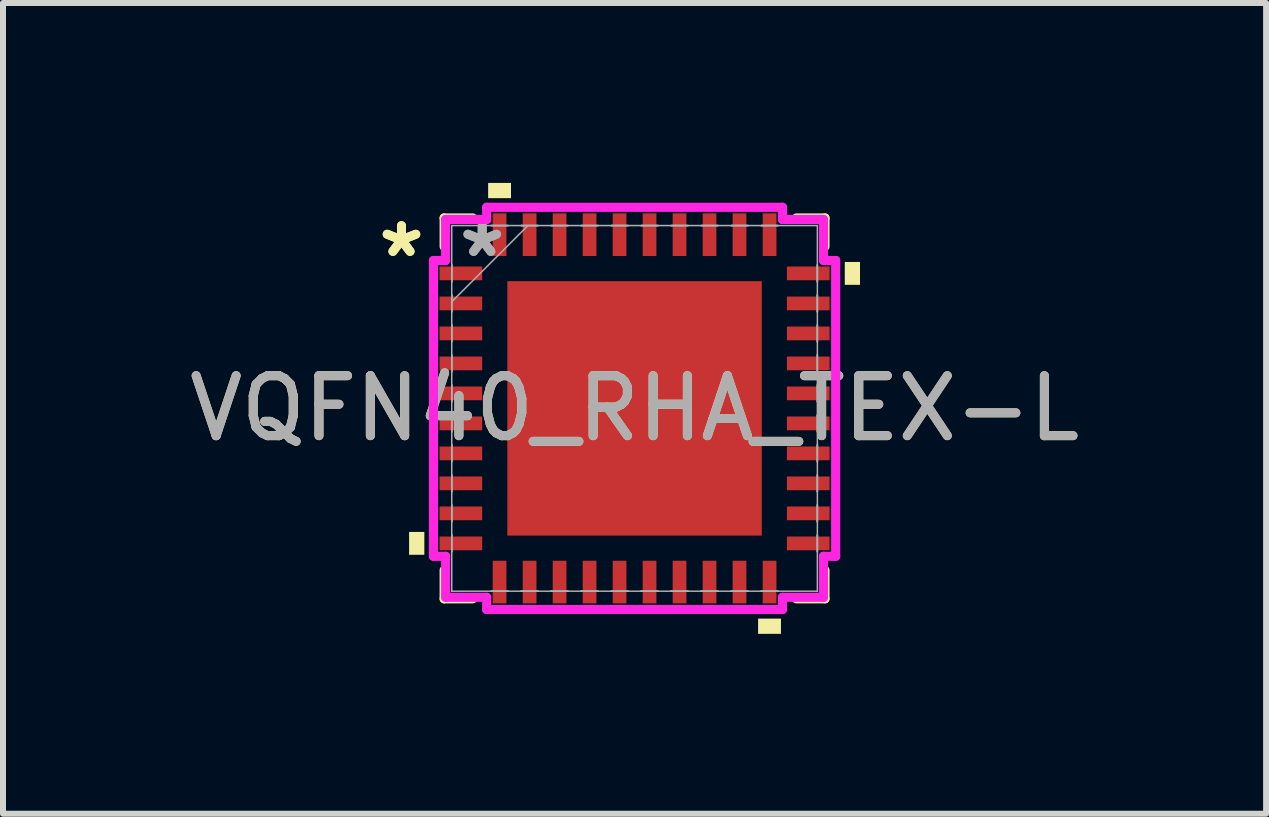
<source format=kicad_pcb>
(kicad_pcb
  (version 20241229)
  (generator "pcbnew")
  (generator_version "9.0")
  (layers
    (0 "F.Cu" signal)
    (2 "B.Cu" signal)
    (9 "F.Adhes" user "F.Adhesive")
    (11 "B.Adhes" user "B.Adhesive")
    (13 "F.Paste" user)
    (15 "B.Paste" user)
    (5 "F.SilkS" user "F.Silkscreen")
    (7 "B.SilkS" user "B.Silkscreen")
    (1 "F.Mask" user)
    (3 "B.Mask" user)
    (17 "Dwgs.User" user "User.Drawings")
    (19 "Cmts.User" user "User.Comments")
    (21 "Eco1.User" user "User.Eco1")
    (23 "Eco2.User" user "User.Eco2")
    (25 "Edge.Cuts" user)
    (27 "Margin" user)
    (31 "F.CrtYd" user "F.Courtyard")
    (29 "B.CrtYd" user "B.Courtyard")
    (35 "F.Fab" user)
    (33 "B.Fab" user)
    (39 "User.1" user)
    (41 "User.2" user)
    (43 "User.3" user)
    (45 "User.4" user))
  (footprint "VQFN40_RHA_TEX-L"
    (layer "F.Cu")
    (at 7.53 3.759)
    (property "Reference" "VQFN40_RHA_TEX-L" (at 0 0 0) (unlocked yes) (layer "F.SilkS") (effects (font (size 1 1) (thickness 0.15))))
    (attr smd)
    (fp_line (start -3.175 -3.175) (end -3.175 -2.698) (stroke (width 0.152) (type solid)) (layer "F.SilkS"))
    (fp_line (start -3.175 2.698) (end -3.175 3.175) (stroke (width 0.152) (type solid)) (layer "F.SilkS"))
    (fp_line (start -3.175 3.175) (end -2.698 3.175) (stroke (width 0.152) (type solid)) (layer "F.SilkS"))
    (fp_line (start -2.698 -3.175) (end -3.175 -3.175) (stroke (width 0.152) (type solid)) (layer "F.SilkS"))
    (fp_line (start 2.698 3.175) (end 3.175 3.175) (stroke (width 0.152) (type solid)) (layer "F.SilkS"))
    (fp_line (start 3.175 -3.175) (end 2.698 -3.175) (stroke (width 0.152) (type solid)) (layer "F.SilkS"))
    (fp_line (start 3.175 -2.698) (end 3.175 -3.175) (stroke (width 0.152) (type solid)) (layer "F.SilkS"))
    (fp_line (start 3.175 3.175) (end 3.175 2.698) (stroke (width 0.152) (type solid)) (layer "F.SilkS"))
    (fp_poly (pts (xy -3.759 2.06) (xy -3.759 2.441) (xy -3.505 2.441) (xy -3.505 2.06)) (stroke (width 0) (type solid)) (fill yes) (layer "F.SilkS"))
    (fp_poly (pts (xy -2.441 -3.505) (xy -2.441 -3.759) (xy -2.06 -3.759) (xy -2.06 -3.505)) (stroke (width 0) (type solid)) (fill yes) (layer "F.SilkS"))
    (fp_poly (pts (xy 2.06 3.505) (xy 2.06 3.759) (xy 2.441 3.759) (xy 2.441 3.505)) (stroke (width 0) (type solid)) (fill yes) (layer "F.SilkS"))
    (fp_poly (pts (xy 3.759 -2.441) (xy 3.759 -2.06) (xy 3.505 -2.06) (xy 3.505 -2.441)) (stroke (width 0) (type solid)) (fill yes) (layer "F.SilkS"))
    (fp_poly (pts (xy -2.021 -2.021) (xy -2.021 -0.807) (xy -0.807 -0.807) (xy -0.807 -2.021)) (stroke (width 0) (type solid)) (fill yes) (layer "F.Paste"))
    (fp_poly (pts (xy -2.021 -0.607) (xy -2.021 0.607) (xy -0.807 0.607) (xy -0.807 -0.607)) (stroke (width 0) (type solid)) (fill yes) (layer "F.Paste"))
    (fp_poly (pts (xy -2.021 0.807) (xy -2.021 2.021) (xy -0.807 2.021) (xy -0.807 0.807)) (stroke (width 0) (type solid)) (fill yes) (layer "F.Paste"))
    (fp_poly (pts (xy -0.607 -2.021) (xy -0.607 -0.807) (xy 0.607 -0.807) (xy 0.607 -2.021)) (stroke (width 0) (type solid)) (fill yes) (layer "F.Paste"))
    (fp_poly (pts (xy -0.607 -0.607) (xy -0.607 0.607) (xy 0.607 0.607) (xy 0.607 -0.607)) (stroke (width 0) (type solid)) (fill yes) (layer "F.Paste"))
    (fp_poly (pts (xy -0.607 0.807) (xy -0.607 2.021) (xy 0.607 2.021) (xy 0.607 0.807)) (stroke (width 0) (type solid)) (fill yes) (layer "F.Paste"))
    (fp_poly (pts (xy 0.807 -2.021) (xy 0.807 -0.807) (xy 2.021 -0.807) (xy 2.021 -2.021)) (stroke (width 0) (type solid)) (fill yes) (layer "F.Paste"))
    (fp_poly (pts (xy 0.807 -0.607) (xy 0.807 0.607) (xy 2.021 0.607) (xy 2.021 -0.607)) (stroke (width 0) (type solid)) (fill yes) (layer "F.Paste"))
    (fp_poly (pts (xy 0.807 0.807) (xy 0.807 2.021) (xy 2.021 2.021) (xy 2.021 0.807)) (stroke (width 0) (type solid)) (fill yes) (layer "F.Paste"))
    (fp_line (start -3.353 -2.466) (end -3.15 -2.466) (stroke (width 0.152) (type solid)) (layer "F.CrtYd"))
    (fp_line (start -3.353 2.466) (end -3.353 -2.466) (stroke (width 0.152) (type solid)) (layer "F.CrtYd"))
    (fp_line (start -3.15 -3.15) (end -2.466 -3.15) (stroke (width 0.152) (type solid)) (layer "F.CrtYd"))
    (fp_line (start -3.15 -2.466) (end -3.15 -3.15) (stroke (width 0.152) (type solid)) (layer "F.CrtYd"))
    (fp_line (start -3.15 2.466) (end -3.353 2.466) (stroke (width 0.152) (type solid)) (layer "F.CrtYd"))
    (fp_line (start -3.15 3.15) (end -3.15 2.466) (stroke (width 0.152) (type solid)) (layer "F.CrtYd"))
    (fp_line (start -2.466 -3.353) (end 2.466 -3.353) (stroke (width 0.152) (type solid)) (layer "F.CrtYd"))
    (fp_line (start -2.466 -3.15) (end -2.466 -3.353) (stroke (width 0.152) (type solid)) (layer "F.CrtYd"))
    (fp_line (start -2.466 3.15) (end -3.15 3.15) (stroke (width 0.152) (type solid)) (layer "F.CrtYd"))
    (fp_line (start -2.466 3.353) (end -2.466 3.15) (stroke (width 0.152) (type solid)) (layer "F.CrtYd"))
    (fp_line (start 2.466 -3.353) (end 2.466 -3.15) (stroke (width 0.152) (type solid)) (layer "F.CrtYd"))
    (fp_line (start 2.466 -3.15) (end 3.15 -3.15) (stroke (width 0.152) (type solid)) (layer "F.CrtYd"))
    (fp_line (start 2.466 3.15) (end 2.466 3.353) (stroke (width 0.152) (type solid)) (layer "F.CrtYd"))
    (fp_line (start 2.466 3.353) (end -2.466 3.353) (stroke (width 0.152) (type solid)) (layer "F.CrtYd"))
    (fp_line (start 3.15 -3.15) (end 3.15 -2.466) (stroke (width 0.152) (type solid)) (layer "F.CrtYd"))
    (fp_line (start 3.15 -2.466) (end 3.353 -2.466) (stroke (width 0.152) (type solid)) (layer "F.CrtYd"))
    (fp_line (start 3.15 2.466) (end 3.15 3.15) (stroke (width 0.152) (type solid)) (layer "F.CrtYd"))
    (fp_line (start 3.15 3.15) (end 2.466 3.15) (stroke (width 0.152) (type solid)) (layer "F.CrtYd"))
    (fp_line (start 3.353 -2.466) (end 3.353 2.466) (stroke (width 0.152) (type solid)) (layer "F.CrtYd"))
    (fp_line (start 3.353 2.466) (end 3.15 2.466) (stroke (width 0.152) (type solid)) (layer "F.CrtYd"))
    (fp_line (start -3.048 -3.048) (end -3.048 -3.048) (stroke (width 0.025) (type solid)) (layer "F.Fab"))
    (fp_line (start -3.048 -3.048) (end -3.048 3.048) (stroke (width 0.025) (type solid)) (layer "F.Fab"))
    (fp_line (start -3.048 -2.39) (end -3.048 -2.39) (stroke (width 0.025) (type solid)) (layer "F.Fab"))
    (fp_line (start -3.048 -2.39) (end -3.048 -2.111) (stroke (width 0.025) (type solid)) (layer "F.Fab"))
    (fp_line (start -3.048 -2.111) (end -3.048 -2.39) (stroke (width 0.025) (type solid)) (layer "F.Fab"))
    (fp_line (start -3.048 -2.111) (end -3.048 -2.111) (stroke (width 0.025) (type solid)) (layer "F.Fab"))
    (fp_line (start -3.048 -1.89) (end -3.048 -1.89) (stroke (width 0.025) (type solid)) (layer "F.Fab"))
    (fp_line (start -3.048 -1.89) (end -3.048 -1.611) (stroke (width 0.025) (type solid)) (layer "F.Fab"))
    (fp_line (start -3.048 -1.778) (end -1.778 -3.048) (stroke (width 0.025) (type solid)) (layer "F.Fab"))
    (fp_line (start -3.048 -1.611) (end -3.048 -1.89) (stroke (width 0.025) (type solid)) (layer "F.Fab"))
    (fp_line (start -3.048 -1.611) (end -3.048 -1.611) (stroke (width 0.025) (type solid)) (layer "F.Fab"))
    (fp_line (start -3.048 -1.39) (end -3.048 -1.39) (stroke (width 0.025) (type solid)) (layer "F.Fab"))
    (fp_line (start -3.048 -1.39) (end -3.048 -1.111) (stroke (width 0.025) (type solid)) (layer "F.Fab"))
    (fp_line (start -3.048 -1.111) (end -3.048 -1.39) (stroke (width 0.025) (type solid)) (layer "F.Fab"))
    (fp_line (start -3.048 -1.111) (end -3.048 -1.111) (stroke (width 0.025) (type solid)) (layer "F.Fab"))
    (fp_line (start -3.048 -0.89) (end -3.048 -0.89) (stroke (width 0.025) (type solid)) (layer "F.Fab"))
    (fp_line (start -3.048 -0.89) (end -3.048 -0.61) (stroke (width 0.025) (type solid)) (layer "F.Fab"))
    (fp_line (start -3.048 -0.61) (end -3.048 -0.89) (stroke (width 0.025) (type solid)) (layer "F.Fab"))
    (fp_line (start -3.048 -0.61) (end -3.048 -0.61) (stroke (width 0.025) (type solid)) (layer "F.Fab"))
    (fp_line (start -3.048 -0.39) (end -3.048 -0.39) (stroke (width 0.025) (type solid)) (layer "F.Fab"))
    (fp_line (start -3.048 -0.39) (end -3.048 -0.11) (stroke (width 0.025) (type solid)) (layer "F.Fab"))
    (fp_line (start -3.048 -0.11) (end -3.048 -0.39) (stroke (width 0.025) (type solid)) (layer "F.Fab"))
    (fp_line (start -3.048 -0.11) (end -3.048 -0.11) (stroke (width 0.025) (type solid)) (layer "F.Fab"))
    (fp_line (start -3.048 0.11) (end -3.048 0.11) (stroke (width 0.025) (type solid)) (layer "F.Fab"))
    (fp_line (start -3.048 0.11) (end -3.048 0.39) (stroke (width 0.025) (type solid)) (layer "F.Fab"))
    (fp_line (start -3.048 0.39) (end -3.048 0.11) (stroke (width 0.025) (type solid)) (layer "F.Fab"))
    (fp_line (start -3.048 0.39) (end -3.048 0.39) (stroke (width 0.025) (type solid)) (layer "F.Fab"))
    (fp_line (start -3.048 0.61) (end -3.048 0.61) (stroke (width 0.025) (type solid)) (layer "F.Fab"))
    (fp_line (start -3.048 0.61) (end -3.048 0.89) (stroke (width 0.025) (type solid)) (layer "F.Fab"))
    (fp_line (start -3.048 0.89) (end -3.048 0.61) (stroke (width 0.025) (type solid)) (layer "F.Fab"))
    (fp_line (start -3.048 0.89) (end -3.048 0.89) (stroke (width 0.025) (type solid)) (layer "F.Fab"))
    (fp_line (start -3.048 1.111) (end -3.048 1.111) (stroke (width 0.025) (type solid)) (layer "F.Fab"))
    (fp_line (start -3.048 1.111) (end -3.048 1.39) (stroke (width 0.025) (type solid)) (layer "F.Fab"))
    (fp_line (start -3.048 1.39) (end -3.048 1.111) (stroke (width 0.025) (type solid)) (layer "F.Fab"))
    (fp_line (start -3.048 1.39) (end -3.048 1.39) (stroke (width 0.025) (type solid)) (layer "F.Fab"))
    (fp_line (start -3.048 1.611) (end -3.048 1.611) (stroke (width 0.025) (type solid)) (layer "F.Fab"))
    (fp_line (start -3.048 1.611) (end -3.048 1.89) (stroke (width 0.025) (type solid)) (layer "F.Fab"))
    (fp_line (start -3.048 1.89) (end -3.048 1.611) (stroke (width 0.025) (type solid)) (layer "F.Fab"))
    (fp_line (start -3.048 1.89) (end -3.048 1.89) (stroke (width 0.025) (type solid)) (layer "F.Fab"))
    (fp_line (start -3.048 2.111) (end -3.048 2.111) (stroke (width 0.025) (type solid)) (layer "F.Fab"))
    (fp_line (start -3.048 2.111) (end -3.048 2.39) (stroke (width 0.025) (type solid)) (layer "F.Fab"))
    (fp_line (start -3.048 2.39) (end -3.048 2.111) (stroke (width 0.025) (type solid)) (layer "F.Fab"))
    (fp_line (start -3.048 2.39) (end -3.048 2.39) (stroke (width 0.025) (type solid)) (layer "F.Fab"))
    (fp_line (start -3.048 3.048) (end -3.048 3.048) (stroke (width 0.025) (type solid)) (layer "F.Fab"))
    (fp_line (start -3.048 3.048) (end 3.048 3.048) (stroke (width 0.025) (type solid)) (layer "F.Fab"))
    (fp_line (start -2.39 -3.048) (end -2.39 -3.048) (stroke (width 0.025) (type solid)) (layer "F.Fab"))
    (fp_line (start -2.39 -3.048) (end -2.111 -3.048) (stroke (width 0.025) (type solid)) (layer "F.Fab"))
    (fp_line (start -2.39 3.048) (end -2.39 3.048) (stroke (width 0.025) (type solid)) (layer "F.Fab"))
    (fp_line (start -2.39 3.048) (end -2.111 3.048) (stroke (width 0.025) (type solid)) (layer "F.Fab"))
    (fp_line (start -2.111 -3.048) (end -2.39 -3.048) (stroke (width 0.025) (type solid)) (layer "F.Fab"))
    (fp_line (start -2.111 -3.048) (end -2.111 -3.048) (stroke (width 0.025) (type solid)) (layer "F.Fab"))
    (fp_line (start -2.111 3.048) (end -2.39 3.048) (stroke (width 0.025) (type solid)) (layer "F.Fab"))
    (fp_line (start -2.111 3.048) (end -2.111 3.048) (stroke (width 0.025) (type solid)) (layer "F.Fab"))
    (fp_line (start -1.89 -3.048) (end -1.89 -3.048) (stroke (width 0.025) (type solid)) (layer "F.Fab"))
    (fp_line (start -1.89 -3.048) (end -1.611 -3.048) (stroke (width 0.025) (type solid)) (layer "F.Fab"))
    (fp_line (start -1.89 3.048) (end -1.89 3.048) (stroke (width 0.025) (type solid)) (layer "F.Fab"))
    (fp_line (start -1.89 3.048) (end -1.611 3.048) (stroke (width 0.025) (type solid)) (layer "F.Fab"))
    (fp_line (start -1.611 -3.048) (end -1.89 -3.048) (stroke (width 0.025) (type solid)) (layer "F.Fab"))
    (fp_line (start -1.611 -3.048) (end -1.611 -3.048) (stroke (width 0.025) (type solid)) (layer "F.Fab"))
    (fp_line (start -1.611 3.048) (end -1.89 3.048) (stroke (width 0.025) (type solid)) (layer "F.Fab"))
    (fp_line (start -1.611 3.048) (end -1.611 3.048) (stroke (width 0.025) (type solid)) (layer "F.Fab"))
    (fp_line (start -1.39 -3.048) (end -1.39 -3.048) (stroke (width 0.025) (type solid)) (layer "F.Fab"))
    (fp_line (start -1.39 -3.048) (end -1.111 -3.048) (stroke (width 0.025) (type solid)) (layer "F.Fab"))
    (fp_line (start -1.39 3.048) (end -1.39 3.048) (stroke (width 0.025) (type solid)) (layer "F.Fab"))
    (fp_line (start -1.39 3.048) (end -1.111 3.048) (stroke (width 0.025) (type solid)) (layer "F.Fab"))
    (fp_line (start -1.111 -3.048) (end -1.39 -3.048) (stroke (width 0.025) (type solid)) (layer "F.Fab"))
    (fp_line (start -1.111 -3.048) (end -1.111 -3.048) (stroke (width 0.025) (type solid)) (layer "F.Fab"))
    (fp_line (start -1.111 3.048) (end -1.39 3.048) (stroke (width 0.025) (type solid)) (layer "F.Fab"))
    (fp_line (start -1.111 3.048) (end -1.111 3.048) (stroke (width 0.025) (type solid)) (layer "F.Fab"))
    (fp_line (start -0.89 -3.048) (end -0.89 -3.048) (stroke (width 0.025) (type solid)) (layer "F.Fab"))
    (fp_line (start -0.89 -3.048) (end -0.61 -3.048) (stroke (width 0.025) (type solid)) (layer "F.Fab"))
    (fp_line (start -0.89 3.048) (end -0.89 3.048) (stroke (width 0.025) (type solid)) (layer "F.Fab"))
    (fp_line (start -0.89 3.048) (end -0.61 3.048) (stroke (width 0.025) (type solid)) (layer "F.Fab"))
    (fp_line (start -0.61 -3.048) (end -0.89 -3.048) (stroke (width 0.025) (type solid)) (layer "F.Fab"))
    (fp_line (start -0.61 -3.048) (end -0.61 -3.048) (stroke (width 0.025) (type solid)) (layer "F.Fab"))
    (fp_line (start -0.61 3.048) (end -0.89 3.048) (stroke (width 0.025) (type solid)) (layer "F.Fab"))
    (fp_line (start -0.61 3.048) (end -0.61 3.048) (stroke (width 0.025) (type solid)) (layer "F.Fab"))
    (fp_line (start -0.39 -3.048) (end -0.39 -3.048) (stroke (width 0.025) (type solid)) (layer "F.Fab"))
    (fp_line (start -0.39 -3.048) (end -0.11 -3.048) (stroke (width 0.025) (type solid)) (layer "F.Fab"))
    (fp_line (start -0.39 3.048) (end -0.39 3.048) (stroke (width 0.025) (type solid)) (layer "F.Fab"))
    (fp_line (start -0.39 3.048) (end -0.11 3.048) (stroke (width 0.025) (type solid)) (layer "F.Fab"))
    (fp_line (start -0.11 -3.048) (end -0.39 -3.048) (stroke (width 0.025) (type solid)) (layer "F.Fab"))
    (fp_line (start -0.11 -3.048) (end -0.11 -3.048) (stroke (width 0.025) (type solid)) (layer "F.Fab"))
    (fp_line (start -0.11 3.048) (end -0.39 3.048) (stroke (width 0.025) (type solid)) (layer "F.Fab"))
    (fp_line (start -0.11 3.048) (end -0.11 3.048) (stroke (width 0.025) (type solid)) (layer "F.Fab"))
    (fp_line (start 0.11 -3.048) (end 0.11 -3.048) (stroke (width 0.025) (type solid)) (layer "F.Fab"))
    (fp_line (start 0.11 -3.048) (end 0.39 -3.048) (stroke (width 0.025) (type solid)) (layer "F.Fab"))
    (fp_line (start 0.11 3.048) (end 0.11 3.048) (stroke (width 0.025) (type solid)) (layer "F.Fab"))
    (fp_line (start 0.11 3.048) (end 0.39 3.048) (stroke (width 0.025) (type solid)) (layer "F.Fab"))
    (fp_line (start 0.39 -3.048) (end 0.11 -3.048) (stroke (width 0.025) (type solid)) (layer "F.Fab"))
    (fp_line (start 0.39 -3.048) (end 0.39 -3.048) (stroke (width 0.025) (type solid)) (layer "F.Fab"))
    (fp_line (start 0.39 3.048) (end 0.11 3.048) (stroke (width 0.025) (type solid)) (layer "F.Fab"))
    (fp_line (start 0.39 3.048) (end 0.39 3.048) (stroke (width 0.025) (type solid)) (layer "F.Fab"))
    (fp_line (start 0.61 -3.048) (end 0.61 -3.048) (stroke (width 0.025) (type solid)) (layer "F.Fab"))
    (fp_line (start 0.61 -3.048) (end 0.89 -3.048) (stroke (width 0.025) (type solid)) (layer "F.Fab"))
    (fp_line (start 0.61 3.048) (end 0.61 3.048) (stroke (width 0.025) (type solid)) (layer "F.Fab"))
    (fp_line (start 0.61 3.048) (end 0.89 3.048) (stroke (width 0.025) (type solid)) (layer "F.Fab"))
    (fp_line (start 0.89 -3.048) (end 0.61 -3.048) (stroke (width 0.025) (type solid)) (layer "F.Fab"))
    (fp_line (start 0.89 -3.048) (end 0.89 -3.048) (stroke (width 0.025) (type solid)) (layer "F.Fab"))
    (fp_line (start 0.89 3.048) (end 0.61 3.048) (stroke (width 0.025) (type solid)) (layer "F.Fab"))
    (fp_line (start 0.89 3.048) (end 0.89 3.048) (stroke (width 0.025) (type solid)) (layer "F.Fab"))
    (fp_line (start 1.111 -3.048) (end 1.111 -3.048) (stroke (width 0.025) (type solid)) (layer "F.Fab"))
    (fp_line (start 1.111 -3.048) (end 1.39 -3.048) (stroke (width 0.025) (type solid)) (layer "F.Fab"))
    (fp_line (start 1.111 3.048) (end 1.111 3.048) (stroke (width 0.025) (type solid)) (layer "F.Fab"))
    (fp_line (start 1.111 3.048) (end 1.39 3.048) (stroke (width 0.025) (type solid)) (layer "F.Fab"))
    (fp_line (start 1.39 -3.048) (end 1.111 -3.048) (stroke (width 0.025) (type solid)) (layer "F.Fab"))
    (fp_line (start 1.39 -3.048) (end 1.39 -3.048) (stroke (width 0.025) (type solid)) (layer "F.Fab"))
    (fp_line (start 1.39 3.048) (end 1.111 3.048) (stroke (width 0.025) (type solid)) (layer "F.Fab"))
    (fp_line (start 1.39 3.048) (end 1.39 3.048) (stroke (width 0.025) (type solid)) (layer "F.Fab"))
    (fp_line (start 1.611 -3.048) (end 1.611 -3.048) (stroke (width 0.025) (type solid)) (layer "F.Fab"))
    (fp_line (start 1.611 -3.048) (end 1.89 -3.048) (stroke (width 0.025) (type solid)) (layer "F.Fab"))
    (fp_line (start 1.611 3.048) (end 1.611 3.048) (stroke (width 0.025) (type solid)) (layer "F.Fab"))
    (fp_line (start 1.611 3.048) (end 1.89 3.048) (stroke (width 0.025) (type solid)) (layer "F.Fab"))
    (fp_line (start 1.89 -3.048) (end 1.611 -3.048) (stroke (width 0.025) (type solid)) (layer "F.Fab"))
    (fp_line (start 1.89 -3.048) (end 1.89 -3.048) (stroke (width 0.025) (type solid)) (layer "F.Fab"))
    (fp_line (start 1.89 3.048) (end 1.611 3.048) (stroke (width 0.025) (type solid)) (layer "F.Fab"))
    (fp_line (start 1.89 3.048) (end 1.89 3.048) (stroke (width 0.025) (type solid)) (layer "F.Fab"))
    (fp_line (start 2.111 -3.048) (end 2.111 -3.048) (stroke (width 0.025) (type solid)) (layer "F.Fab"))
    (fp_line (start 2.111 -3.048) (end 2.39 -3.048) (stroke (width 0.025) (type solid)) (layer "F.Fab"))
    (fp_line (start 2.111 3.048) (end 2.111 3.048) (stroke (width 0.025) (type solid)) (layer "F.Fab"))
    (fp_line (start 2.111 3.048) (end 2.39 3.048) (stroke (width 0.025) (type solid)) (layer "F.Fab"))
    (fp_line (start 2.39 -3.048) (end 2.111 -3.048) (stroke (width 0.025) (type solid)) (layer "F.Fab"))
    (fp_line (start 2.39 -3.048) (end 2.39 -3.048) (stroke (width 0.025) (type solid)) (layer "F.Fab"))
    (fp_line (start 2.39 3.048) (end 2.111 3.048) (stroke (width 0.025) (type solid)) (layer "F.Fab"))
    (fp_line (start 2.39 3.048) (end 2.39 3.048) (stroke (width 0.025) (type solid)) (layer "F.Fab"))
    (fp_line (start 3.048 -3.048) (end -3.048 -3.048) (stroke (width 0.025) (type solid)) (layer "F.Fab"))
    (fp_line (start 3.048 -3.048) (end 3.048 -3.048) (stroke (width 0.025) (type solid)) (layer "F.Fab"))
    (fp_line (start 3.048 -2.39) (end 3.048 -2.39) (stroke (width 0.025) (type solid)) (layer "F.Fab"))
    (fp_line (start 3.048 -2.39) (end 3.048 -2.111) (stroke (width 0.025) (type solid)) (layer "F.Fab"))
    (fp_line (start 3.048 -2.111) (end 3.048 -2.39) (stroke (width 0.025) (type solid)) (layer "F.Fab"))
    (fp_line (start 3.048 -2.111) (end 3.048 -2.111) (stroke (width 0.025) (type solid)) (layer "F.Fab"))
    (fp_line (start 3.048 -1.89) (end 3.048 -1.89) (stroke (width 0.025) (type solid)) (layer "F.Fab"))
    (fp_line (start 3.048 -1.89) (end 3.048 -1.611) (stroke (width 0.025) (type solid)) (layer "F.Fab"))
    (fp_line (start 3.048 -1.611) (end 3.048 -1.89) (stroke (width 0.025) (type solid)) (layer "F.Fab"))
    (fp_line (start 3.048 -1.611) (end 3.048 -1.611) (stroke (width 0.025) (type solid)) (layer "F.Fab"))
    (fp_line (start 3.048 -1.39) (end 3.048 -1.39) (stroke (width 0.025) (type solid)) (layer "F.Fab"))
    (fp_line (start 3.048 -1.39) (end 3.048 -1.111) (stroke (width 0.025) (type solid)) (layer "F.Fab"))
    (fp_line (start 3.048 -1.111) (end 3.048 -1.39) (stroke (width 0.025) (type solid)) (layer "F.Fab"))
    (fp_line (start 3.048 -1.111) (end 3.048 -1.111) (stroke (width 0.025) (type solid)) (layer "F.Fab"))
    (fp_line (start 3.048 -0.89) (end 3.048 -0.89) (stroke (width 0.025) (type solid)) (layer "F.Fab"))
    (fp_line (start 3.048 -0.89) (end 3.048 -0.61) (stroke (width 0.025) (type solid)) (layer "F.Fab"))
    (fp_line (start 3.048 -0.61) (end 3.048 -0.89) (stroke (width 0.025) (type solid)) (layer "F.Fab"))
    (fp_line (start 3.048 -0.61) (end 3.048 -0.61) (stroke (width 0.025) (type solid)) (layer "F.Fab"))
    (fp_line (start 3.048 -0.39) (end 3.048 -0.39) (stroke (width 0.025) (type solid)) (layer "F.Fab"))
    (fp_line (start 3.048 -0.39) (end 3.048 -0.11) (stroke (width 0.025) (type solid)) (layer "F.Fab"))
    (fp_line (start 3.048 -0.11) (end 3.048 -0.39) (stroke (width 0.025) (type solid)) (layer "F.Fab"))
    (fp_line (start 3.048 -0.11) (end 3.048 -0.11) (stroke (width 0.025) (type solid)) (layer "F.Fab"))
    (fp_line (start 3.048 0.11) (end 3.048 0.11) (stroke (width 0.025) (type solid)) (layer "F.Fab"))
    (fp_line (start 3.048 0.11) (end 3.048 0.39) (stroke (width 0.025) (type solid)) (layer "F.Fab"))
    (fp_line (start 3.048 0.39) (end 3.048 0.11) (stroke (width 0.025) (type solid)) (layer "F.Fab"))
    (fp_line (start 3.048 0.39) (end 3.048 0.39) (stroke (width 0.025) (type solid)) (layer "F.Fab"))
    (fp_line (start 3.048 0.61) (end 3.048 0.61) (stroke (width 0.025) (type solid)) (layer "F.Fab"))
    (fp_line (start 3.048 0.61) (end 3.048 0.89) (stroke (width 0.025) (type solid)) (layer "F.Fab"))
    (fp_line (start 3.048 0.89) (end 3.048 0.61) (stroke (width 0.025) (type solid)) (layer "F.Fab"))
    (fp_line (start 3.048 0.89) (end 3.048 0.89) (stroke (width 0.025) (type solid)) (layer "F.Fab"))
    (fp_line (start 3.048 1.111) (end 3.048 1.111) (stroke (width 0.025) (type solid)) (layer "F.Fab"))
    (fp_line (start 3.048 1.111) (end 3.048 1.39) (stroke (width 0.025) (type solid)) (layer "F.Fab"))
    (fp_line (start 3.048 1.39) (end 3.048 1.111) (stroke (width 0.025) (type solid)) (layer "F.Fab"))
    (fp_line (start 3.048 1.39) (end 3.048 1.39) (stroke (width 0.025) (type solid)) (layer "F.Fab"))
    (fp_line (start 3.048 1.611) (end 3.048 1.611) (stroke (width 0.025) (type solid)) (layer "F.Fab"))
    (fp_line (start 3.048 1.611) (end 3.048 1.89) (stroke (width 0.025) (type solid)) (layer "F.Fab"))
    (fp_line (start 3.048 1.89) (end 3.048 1.611) (stroke (width 0.025) (type solid)) (layer "F.Fab"))
    (fp_line (start 3.048 1.89) (end 3.048 1.89) (stroke (width 0.025) (type solid)) (layer "F.Fab"))
    (fp_line (start 3.048 2.111) (end 3.048 2.111) (stroke (width 0.025) (type solid)) (layer "F.Fab"))
    (fp_line (start 3.048 2.111) (end 3.048 2.39) (stroke (width 0.025) (type solid)) (layer "F.Fab"))
    (fp_line (start 3.048 2.39) (end 3.048 2.111) (stroke (width 0.025) (type solid)) (layer "F.Fab"))
    (fp_line (start 3.048 2.39) (end 3.048 2.39) (stroke (width 0.025) (type solid)) (layer "F.Fab"))
    (fp_line (start 3.048 3.048) (end 3.048 -3.048) (stroke (width 0.025) (type solid)) (layer "F.Fab"))
    (fp_line (start 3.048 3.048) (end 3.048 3.048) (stroke (width 0.025) (type solid)) (layer "F.Fab"))
    (fp_text user "*" (at -3.886 -2.501 0) (layer "F.SilkS") (effects (font (size 1 1) (thickness 0.15))))
    (fp_text user "*" (at -3.886 -2.501 0) (unlocked yes) (layer "F.SilkS") (effects (font (size 1 1) (thickness 0.15))))
    (fp_text user "${REFERENCE}" (at 0 0 0) (unlocked yes) (layer "F.Fab") (effects (font (size 1 1) (thickness 0.15))))
    (fp_text user "*" (at -2.54 -2.501 0) (layer "F.Fab") (effects (font (size 1 1) (thickness 0.15))))
    (fp_text user "*" (at -2.54 -2.501 0) (unlocked yes) (layer "F.Fab") (effects (font (size 1 1) (thickness 0.15))))
    (pad "1" smd rect (at -2.896 -2.251 90) (size 0.229 0.711) (layers "F.Cu" "F.Mask" "F.Paste"))
    (pad "2" smd rect (at -2.896 -1.75 90) (size 0.229 0.711) (layers "F.Cu" "F.Mask" "F.Paste"))
    (pad "3" smd rect (at -2.896 -1.25 90) (size 0.229 0.711) (layers "F.Cu" "F.Mask" "F.Paste"))
    (pad "4" smd rect (at -2.896 -0.75 90) (size 0.229 0.711) (layers "F.Cu" "F.Mask" "F.Paste"))
    (pad "5" smd rect (at -2.896 -0.25 90) (size 0.229 0.711) (layers "F.Cu" "F.Mask" "F.Paste"))
    (pad "6" smd rect (at -2.896 0.25 90) (size 0.229 0.711) (layers "F.Cu" "F.Mask" "F.Paste"))
    (pad "7" smd rect (at -2.896 0.75 90) (size 0.229 0.711) (layers "F.Cu" "F.Mask" "F.Paste"))
    (pad "8" smd rect (at -2.896 1.25 90) (size 0.229 0.711) (layers "F.Cu" "F.Mask" "F.Paste"))
    (pad "9" smd rect (at -2.896 1.75 90) (size 0.229 0.711) (layers "F.Cu" "F.Mask" "F.Paste"))
    (pad "10" smd rect (at -2.896 2.251 90) (size 0.229 0.711) (layers "F.Cu" "F.Mask" "F.Paste"))
    (pad "11" smd rect (at -2.251 2.896) (size 0.229 0.711) (layers "F.Cu" "F.Mask" "F.Paste"))
    (pad "12" smd rect (at -1.75 2.896) (size 0.229 0.711) (layers "F.Cu" "F.Mask" "F.Paste"))
    (pad "13" smd rect (at -1.25 2.896) (size 0.229 0.711) (layers "F.Cu" "F.Mask" "F.Paste"))
    (pad "14" smd rect (at -0.75 2.896) (size 0.229 0.711) (layers "F.Cu" "F.Mask" "F.Paste"))
    (pad "15" smd rect (at -0.25 2.896) (size 0.229 0.711) (layers "F.Cu" "F.Mask" "F.Paste"))
    (pad "16" smd rect (at 0.25 2.896) (size 0.229 0.711) (layers "F.Cu" "F.Mask" "F.Paste"))
    (pad "17" smd rect (at 0.75 2.896) (size 0.229 0.711) (layers "F.Cu" "F.Mask" "F.Paste"))
    (pad "18" smd rect (at 1.25 2.896) (size 0.229 0.711) (layers "F.Cu" "F.Mask" "F.Paste"))
    (pad "19" smd rect (at 1.75 2.896) (size 0.229 0.711) (layers "F.Cu" "F.Mask" "F.Paste"))
    (pad "20" smd rect (at 2.251 2.896) (size 0.229 0.711) (layers "F.Cu" "F.Mask" "F.Paste"))
    (pad "21" smd rect (at 2.896 2.251 90) (size 0.229 0.711) (layers "F.Cu" "F.Mask" "F.Paste"))
    (pad "22" smd rect (at 2.896 1.75 90) (size 0.229 0.711) (layers "F.Cu" "F.Mask" "F.Paste"))
    (pad "23" smd rect (at 2.896 1.25 90) (size 0.229 0.711) (layers "F.Cu" "F.Mask" "F.Paste"))
    (pad "24" smd rect (at 2.896 0.75 90) (size 0.229 0.711) (layers "F.Cu" "F.Mask" "F.Paste"))
    (pad "25" smd rect (at 2.896 0.25 90) (size 0.229 0.711) (layers "F.Cu" "F.Mask" "F.Paste"))
    (pad "26" smd rect (at 2.896 -0.25 90) (size 0.229 0.711) (layers "F.Cu" "F.Mask" "F.Paste"))
    (pad "27" smd rect (at 2.896 -0.75 90) (size 0.229 0.711) (layers "F.Cu" "F.Mask" "F.Paste"))
    (pad "28" smd rect (at 2.896 -1.25 90) (size 0.229 0.711) (layers "F.Cu" "F.Mask" "F.Paste"))
    (pad "29" smd rect (at 2.896 -1.75 90) (size 0.229 0.711) (layers "F.Cu" "F.Mask" "F.Paste"))
    (pad "30" smd rect (at 2.896 -2.251 90) (size 0.229 0.711) (layers "F.Cu" "F.Mask" "F.Paste"))
    (pad "31" smd rect (at 2.251 -2.896) (size 0.229 0.711) (layers "F.Cu" "F.Mask" "F.Paste"))
    (pad "32" smd rect (at 1.75 -2.896) (size 0.229 0.711) (layers "F.Cu" "F.Mask" "F.Paste"))
    (pad "33" smd rect (at 1.25 -2.896) (size 0.229 0.711) (layers "F.Cu" "F.Mask" "F.Paste"))
    (pad "34" smd rect (at 0.75 -2.896) (size 0.229 0.711) (layers "F.Cu" "F.Mask" "F.Paste"))
    (pad "35" smd rect (at 0.25 -2.896) (size 0.229 0.711) (layers "F.Cu" "F.Mask" "F.Paste"))
    (pad "36" smd rect (at -0.25 -2.896) (size 0.229 0.711) (layers "F.Cu" "F.Mask" "F.Paste"))
    (pad "37" smd rect (at -0.75 -2.896) (size 0.229 0.711) (layers "F.Cu" "F.Mask" "F.Paste"))
    (pad "38" smd rect (at -1.25 -2.896) (size 0.229 0.711) (layers "F.Cu" "F.Mask" "F.Paste"))
    (pad "39" smd rect (at -1.75 -2.896) (size 0.229 0.711) (layers "F.Cu" "F.Mask" "F.Paste"))
    (pad "40" smd rect (at -2.251 -2.896) (size 0.229 0.711) (layers "F.Cu" "F.Mask" "F.Paste"))
    (pad "41" smd rect (at 0 0) (size 4.242 4.242) (layers "F.Cu" "F.Mask" "F.Paste")))
  (gr_rect
    (start -3 -3)
    (end 18.06 10.518)
    (stroke (width 0.1) (type default))
    (fill no)
    (layer "Edge.Cuts")))
</source>
